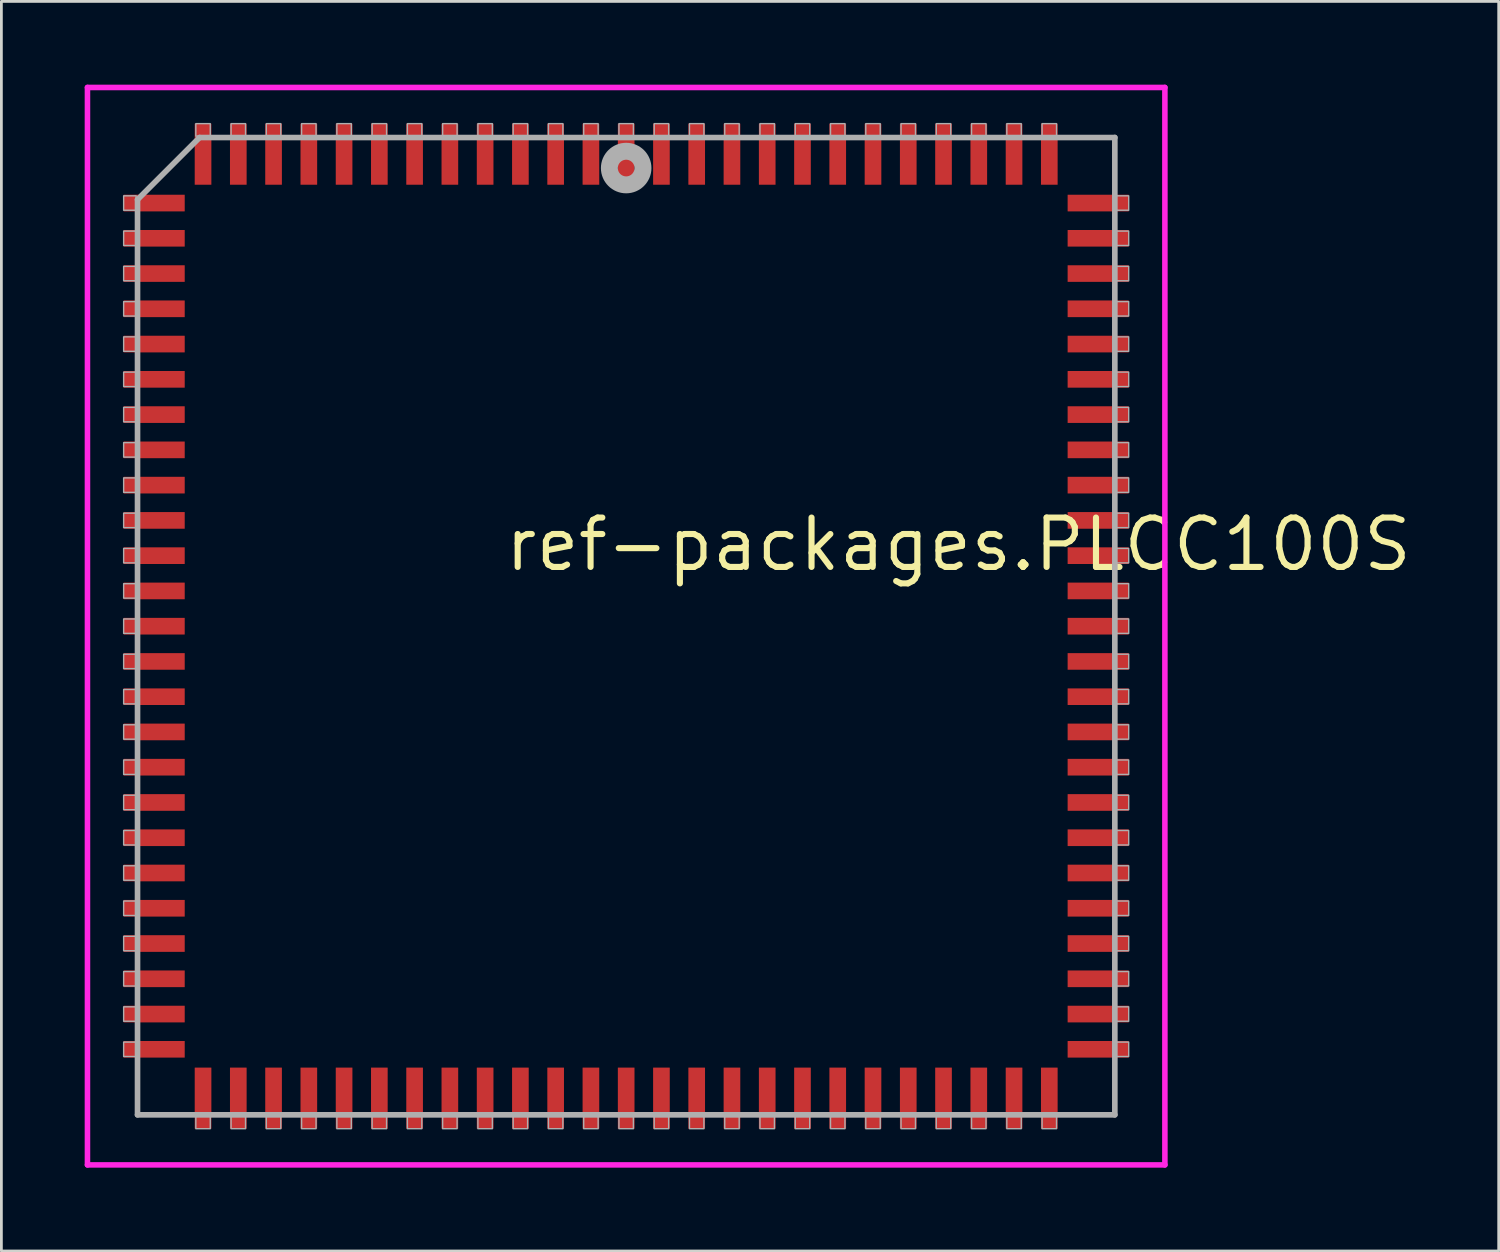
<source format=kicad_pcb>
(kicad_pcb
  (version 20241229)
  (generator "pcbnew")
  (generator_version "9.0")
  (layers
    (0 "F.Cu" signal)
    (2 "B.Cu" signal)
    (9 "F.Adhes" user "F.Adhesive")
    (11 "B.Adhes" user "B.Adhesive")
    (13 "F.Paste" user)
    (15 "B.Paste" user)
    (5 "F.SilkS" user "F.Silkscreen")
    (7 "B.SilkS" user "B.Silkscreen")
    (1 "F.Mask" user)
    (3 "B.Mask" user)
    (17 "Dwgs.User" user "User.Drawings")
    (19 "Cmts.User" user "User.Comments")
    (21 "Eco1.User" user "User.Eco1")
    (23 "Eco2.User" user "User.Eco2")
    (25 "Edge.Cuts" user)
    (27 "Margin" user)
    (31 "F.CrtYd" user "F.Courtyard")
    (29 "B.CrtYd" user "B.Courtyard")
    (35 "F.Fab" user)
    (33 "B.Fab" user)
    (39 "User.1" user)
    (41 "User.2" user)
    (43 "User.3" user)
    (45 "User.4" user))
  (footprint "ref-packages.PLCC100S"
    (layer "F.Cu")
    (at 19.503 19.503)
    (property "Reference" "ref-packages.PLCC100S" (at -4.475 -1.905 0) (layer "F.SilkS") (effects (font (size 1.778 1.778) (thickness 0.22)) (justify left bottom)))
    (attr smd)
    (fp_line (start -19.403 -19.403) (end 19.403 -19.403) (stroke (width 0.2) (type default)) (layer "F.CrtYd"))
    (fp_line (start -19.403 19.403) (end -19.403 -19.403) (stroke (width 0.2) (type default)) (layer "F.CrtYd"))
    (fp_line (start 19.403 -19.403) (end 19.403 19.403) (stroke (width 0.2) (type default)) (layer "F.CrtYd"))
    (fp_line (start 19.403 19.403) (end -19.403 19.403) (stroke (width 0.2) (type default)) (layer "F.CrtYd"))
    (fp_line (start -17.6 -15.365) (end -17.6 17.6) (stroke (width 0.203) (type default)) (layer "F.Fab"))
    (fp_line (start -17.6 17.6) (end 17.6 17.6) (stroke (width 0.203) (type default)) (layer "F.Fab"))
    (fp_line (start -15.365 -17.6) (end -17.6 -15.365) (stroke (width 0.203) (type default)) (layer "F.Fab"))
    (fp_line (start 17.6 -17.6) (end -15.365 -17.6) (stroke (width 0.203) (type default)) (layer "F.Fab"))
    (fp_line (start 17.6 17.6) (end 17.6 -17.6) (stroke (width 0.203) (type default)) (layer "F.Fab"))
    (fp_rect (start -18.1 -14.98) (end -17.65 -15.5) (stroke (width 0.05) (type default)) (fill no) (layer "F.Fab"))
    (fp_rect (start -18.1 -13.71) (end -17.65 -14.23) (stroke (width 0.05) (type default)) (fill no) (layer "F.Fab"))
    (fp_rect (start -18.1 -12.44) (end -17.65 -12.96) (stroke (width 0.05) (type default)) (fill no) (layer "F.Fab"))
    (fp_rect (start -18.1 -11.17) (end -17.65 -11.69) (stroke (width 0.05) (type default)) (fill no) (layer "F.Fab"))
    (fp_rect (start -18.1 -9.9) (end -17.65 -10.42) (stroke (width 0.05) (type default)) (fill no) (layer "F.Fab"))
    (fp_rect (start -18.1 -8.63) (end -17.65 -9.15) (stroke (width 0.05) (type default)) (fill no) (layer "F.Fab"))
    (fp_rect (start -18.1 -7.36) (end -17.65 -7.88) (stroke (width 0.05) (type default)) (fill no) (layer "F.Fab"))
    (fp_rect (start -18.1 -6.09) (end -17.65 -6.61) (stroke (width 0.05) (type default)) (fill no) (layer "F.Fab"))
    (fp_rect (start -18.1 -4.82) (end -17.65 -5.34) (stroke (width 0.05) (type default)) (fill no) (layer "F.Fab"))
    (fp_rect (start -18.1 -3.55) (end -17.65 -4.07) (stroke (width 0.05) (type default)) (fill no) (layer "F.Fab"))
    (fp_rect (start -18.1 -2.28) (end -17.65 -2.8) (stroke (width 0.05) (type default)) (fill no) (layer "F.Fab"))
    (fp_rect (start -18.1 -1.01) (end -17.65 -1.53) (stroke (width 0.05) (type default)) (fill no) (layer "F.Fab"))
    (fp_rect (start -18.1 0.26) (end -17.65 -0.26) (stroke (width 0.05) (type default)) (fill no) (layer "F.Fab"))
    (fp_rect (start -18.1 1.53) (end -17.65 1.01) (stroke (width 0.05) (type default)) (fill no) (layer "F.Fab"))
    (fp_rect (start -18.1 2.8) (end -17.65 2.28) (stroke (width 0.05) (type default)) (fill no) (layer "F.Fab"))
    (fp_rect (start -18.1 4.07) (end -17.65 3.55) (stroke (width 0.05) (type default)) (fill no) (layer "F.Fab"))
    (fp_rect (start -18.1 5.34) (end -17.65 4.82) (stroke (width 0.05) (type default)) (fill no) (layer "F.Fab"))
    (fp_rect (start -18.1 6.61) (end -17.65 6.09) (stroke (width 0.05) (type default)) (fill no) (layer "F.Fab"))
    (fp_rect (start -18.1 7.88) (end -17.65 7.36) (stroke (width 0.05) (type default)) (fill no) (layer "F.Fab"))
    (fp_rect (start -18.1 9.15) (end -17.65 8.63) (stroke (width 0.05) (type default)) (fill no) (layer "F.Fab"))
    (fp_rect (start -18.1 10.42) (end -17.65 9.9) (stroke (width 0.05) (type default)) (fill no) (layer "F.Fab"))
    (fp_rect (start -18.1 11.69) (end -17.65 11.17) (stroke (width 0.05) (type default)) (fill no) (layer "F.Fab"))
    (fp_rect (start -18.1 12.96) (end -17.65 12.44) (stroke (width 0.05) (type default)) (fill no) (layer "F.Fab"))
    (fp_rect (start -18.1 14.23) (end -17.65 13.71) (stroke (width 0.05) (type default)) (fill no) (layer "F.Fab"))
    (fp_rect (start -18.1 15.5) (end -17.65 14.98) (stroke (width 0.05) (type default)) (fill no) (layer "F.Fab"))
    (fp_rect (start -15.5 -17.65) (end -14.98 -18.1) (stroke (width 0.05) (type default)) (fill no) (layer "F.Fab"))
    (fp_rect (start -15.5 18.1) (end -14.98 17.65) (stroke (width 0.05) (type default)) (fill no) (layer "F.Fab"))
    (fp_rect (start -14.23 -17.65) (end -13.71 -18.1) (stroke (width 0.05) (type default)) (fill no) (layer "F.Fab"))
    (fp_rect (start -14.23 18.1) (end -13.71 17.65) (stroke (width 0.05) (type default)) (fill no) (layer "F.Fab"))
    (fp_rect (start -12.96 -17.65) (end -12.44 -18.1) (stroke (width 0.05) (type default)) (fill no) (layer "F.Fab"))
    (fp_rect (start -12.96 18.1) (end -12.44 17.65) (stroke (width 0.05) (type default)) (fill no) (layer "F.Fab"))
    (fp_rect (start -11.69 -17.65) (end -11.17 -18.1) (stroke (width 0.05) (type default)) (fill no) (layer "F.Fab"))
    (fp_rect (start -11.69 18.1) (end -11.17 17.65) (stroke (width 0.05) (type default)) (fill no) (layer "F.Fab"))
    (fp_rect (start -10.42 -17.65) (end -9.9 -18.1) (stroke (width 0.05) (type default)) (fill no) (layer "F.Fab"))
    (fp_rect (start -10.42 18.1) (end -9.9 17.65) (stroke (width 0.05) (type default)) (fill no) (layer "F.Fab"))
    (fp_rect (start -9.15 -17.65) (end -8.63 -18.1) (stroke (width 0.05) (type default)) (fill no) (layer "F.Fab"))
    (fp_rect (start -9.15 18.1) (end -8.63 17.65) (stroke (width 0.05) (type default)) (fill no) (layer "F.Fab"))
    (fp_rect (start -7.88 -17.65) (end -7.36 -18.1) (stroke (width 0.05) (type default)) (fill no) (layer "F.Fab"))
    (fp_rect (start -7.88 18.1) (end -7.36 17.65) (stroke (width 0.05) (type default)) (fill no) (layer "F.Fab"))
    (fp_rect (start -6.61 -17.65) (end -6.09 -18.1) (stroke (width 0.05) (type default)) (fill no) (layer "F.Fab"))
    (fp_rect (start -6.61 18.1) (end -6.09 17.65) (stroke (width 0.05) (type default)) (fill no) (layer "F.Fab"))
    (fp_rect (start -5.34 -17.65) (end -4.82 -18.1) (stroke (width 0.05) (type default)) (fill no) (layer "F.Fab"))
    (fp_rect (start -5.34 18.1) (end -4.82 17.65) (stroke (width 0.05) (type default)) (fill no) (layer "F.Fab"))
    (fp_rect (start -4.07 -17.65) (end -3.55 -18.1) (stroke (width 0.05) (type default)) (fill no) (layer "F.Fab"))
    (fp_rect (start -4.07 18.1) (end -3.55 17.65) (stroke (width 0.05) (type default)) (fill no) (layer "F.Fab"))
    (fp_rect (start -2.8 -17.65) (end -2.28 -18.1) (stroke (width 0.05) (type default)) (fill no) (layer "F.Fab"))
    (fp_rect (start -2.8 18.1) (end -2.28 17.65) (stroke (width 0.05) (type default)) (fill no) (layer "F.Fab"))
    (fp_rect (start -1.53 -17.65) (end -1.01 -18.1) (stroke (width 0.05) (type default)) (fill no) (layer "F.Fab"))
    (fp_rect (start -1.53 18.1) (end -1.01 17.65) (stroke (width 0.05) (type default)) (fill no) (layer "F.Fab"))
    (fp_rect (start -0.26 -17.65) (end 0.26 -18.1) (stroke (width 0.05) (type default)) (fill no) (layer "F.Fab"))
    (fp_rect (start -0.26 18.1) (end 0.26 17.65) (stroke (width 0.05) (type default)) (fill no) (layer "F.Fab"))
    (fp_rect (start 1.01 -17.65) (end 1.53 -18.1) (stroke (width 0.05) (type default)) (fill no) (layer "F.Fab"))
    (fp_rect (start 1.01 18.1) (end 1.53 17.65) (stroke (width 0.05) (type default)) (fill no) (layer "F.Fab"))
    (fp_rect (start 2.28 -17.65) (end 2.8 -18.1) (stroke (width 0.05) (type default)) (fill no) (layer "F.Fab"))
    (fp_rect (start 2.28 18.1) (end 2.8 17.65) (stroke (width 0.05) (type default)) (fill no) (layer "F.Fab"))
    (fp_rect (start 3.55 -17.65) (end 4.07 -18.1) (stroke (width 0.05) (type default)) (fill no) (layer "F.Fab"))
    (fp_rect (start 3.55 18.1) (end 4.07 17.65) (stroke (width 0.05) (type default)) (fill no) (layer "F.Fab"))
    (fp_rect (start 4.82 -17.65) (end 5.34 -18.1) (stroke (width 0.05) (type default)) (fill no) (layer "F.Fab"))
    (fp_rect (start 4.82 18.1) (end 5.34 17.65) (stroke (width 0.05) (type default)) (fill no) (layer "F.Fab"))
    (fp_rect (start 6.09 -17.65) (end 6.61 -18.1) (stroke (width 0.05) (type default)) (fill no) (layer "F.Fab"))
    (fp_rect (start 6.09 18.1) (end 6.61 17.65) (stroke (width 0.05) (type default)) (fill no) (layer "F.Fab"))
    (fp_rect (start 7.36 -17.65) (end 7.88 -18.1) (stroke (width 0.05) (type default)) (fill no) (layer "F.Fab"))
    (fp_rect (start 7.36 18.1) (end 7.88 17.65) (stroke (width 0.05) (type default)) (fill no) (layer "F.Fab"))
    (fp_rect (start 8.63 -17.65) (end 9.15 -18.1) (stroke (width 0.05) (type default)) (fill no) (layer "F.Fab"))
    (fp_rect (start 8.63 18.1) (end 9.15 17.65) (stroke (width 0.05) (type default)) (fill no) (layer "F.Fab"))
    (fp_rect (start 9.9 -17.65) (end 10.42 -18.1) (stroke (width 0.05) (type default)) (fill no) (layer "F.Fab"))
    (fp_rect (start 9.9 18.1) (end 10.42 17.65) (stroke (width 0.05) (type default)) (fill no) (layer "F.Fab"))
    (fp_rect (start 11.17 -17.65) (end 11.69 -18.1) (stroke (width 0.05) (type default)) (fill no) (layer "F.Fab"))
    (fp_rect (start 11.17 18.1) (end 11.69 17.65) (stroke (width 0.05) (type default)) (fill no) (layer "F.Fab"))
    (fp_rect (start 12.44 -17.65) (end 12.96 -18.1) (stroke (width 0.05) (type default)) (fill no) (layer "F.Fab"))
    (fp_rect (start 12.44 18.1) (end 12.96 17.65) (stroke (width 0.05) (type default)) (fill no) (layer "F.Fab"))
    (fp_rect (start 13.71 -17.65) (end 14.23 -18.1) (stroke (width 0.05) (type default)) (fill no) (layer "F.Fab"))
    (fp_rect (start 13.71 18.1) (end 14.23 17.65) (stroke (width 0.05) (type default)) (fill no) (layer "F.Fab"))
    (fp_rect (start 14.98 -17.65) (end 15.5 -18.1) (stroke (width 0.05) (type default)) (fill no) (layer "F.Fab"))
    (fp_rect (start 14.98 18.1) (end 15.5 17.65) (stroke (width 0.05) (type default)) (fill no) (layer "F.Fab"))
    (fp_rect (start 17.65 -14.98) (end 18.1 -15.5) (stroke (width 0.05) (type default)) (fill no) (layer "F.Fab"))
    (fp_rect (start 17.65 -13.71) (end 18.1 -14.23) (stroke (width 0.05) (type default)) (fill no) (layer "F.Fab"))
    (fp_rect (start 17.65 -12.44) (end 18.1 -12.96) (stroke (width 0.05) (type default)) (fill no) (layer "F.Fab"))
    (fp_rect (start 17.65 -11.17) (end 18.1 -11.69) (stroke (width 0.05) (type default)) (fill no) (layer "F.Fab"))
    (fp_rect (start 17.65 -9.9) (end 18.1 -10.42) (stroke (width 0.05) (type default)) (fill no) (layer "F.Fab"))
    (fp_rect (start 17.65 -8.63) (end 18.1 -9.15) (stroke (width 0.05) (type default)) (fill no) (layer "F.Fab"))
    (fp_rect (start 17.65 -7.36) (end 18.1 -7.88) (stroke (width 0.05) (type default)) (fill no) (layer "F.Fab"))
    (fp_rect (start 17.65 -6.09) (end 18.1 -6.61) (stroke (width 0.05) (type default)) (fill no) (layer "F.Fab"))
    (fp_rect (start 17.65 -4.82) (end 18.1 -5.34) (stroke (width 0.05) (type default)) (fill no) (layer "F.Fab"))
    (fp_rect (start 17.65 -3.55) (end 18.1 -4.07) (stroke (width 0.05) (type default)) (fill no) (layer "F.Fab"))
    (fp_rect (start 17.65 -2.28) (end 18.1 -2.8) (stroke (width 0.05) (type default)) (fill no) (layer "F.Fab"))
    (fp_rect (start 17.65 -1.01) (end 18.1 -1.53) (stroke (width 0.05) (type default)) (fill no) (layer "F.Fab"))
    (fp_rect (start 17.65 0.26) (end 18.1 -0.26) (stroke (width 0.05) (type default)) (fill no) (layer "F.Fab"))
    (fp_rect (start 17.65 1.53) (end 18.1 1.01) (stroke (width 0.05) (type default)) (fill no) (layer "F.Fab"))
    (fp_rect (start 17.65 2.8) (end 18.1 2.28) (stroke (width 0.05) (type default)) (fill no) (layer "F.Fab"))
    (fp_rect (start 17.65 4.07) (end 18.1 3.55) (stroke (width 0.05) (type default)) (fill no) (layer "F.Fab"))
    (fp_rect (start 17.65 5.34) (end 18.1 4.82) (stroke (width 0.05) (type default)) (fill no) (layer "F.Fab"))
    (fp_rect (start 17.65 6.61) (end 18.1 6.09) (stroke (width 0.05) (type default)) (fill no) (layer "F.Fab"))
    (fp_rect (start 17.65 7.88) (end 18.1 7.36) (stroke (width 0.05) (type default)) (fill no) (layer "F.Fab"))
    (fp_rect (start 17.65 9.15) (end 18.1 8.63) (stroke (width 0.05) (type default)) (fill no) (layer "F.Fab"))
    (fp_rect (start 17.65 10.42) (end 18.1 9.9) (stroke (width 0.05) (type default)) (fill no) (layer "F.Fab"))
    (fp_rect (start 17.65 11.69) (end 18.1 11.17) (stroke (width 0.05) (type default)) (fill no) (layer "F.Fab"))
    (fp_rect (start 17.65 12.96) (end 18.1 12.44) (stroke (width 0.05) (type default)) (fill no) (layer "F.Fab"))
    (fp_rect (start 17.65 14.23) (end 18.1 13.71) (stroke (width 0.05) (type default)) (fill no) (layer "F.Fab"))
    (fp_rect (start 17.65 15.5) (end 18.1 14.98) (stroke (width 0.05) (type default)) (fill no) (layer "F.Fab"))
    (fp_circle (center 0 -16.5) (end 0.3 -16.5) (stroke (width 0.61) (type default)) (fill no) (layer "F.Fab"))
    (pad "1" smd roundrect (at 0 -17) (size 0.6 2.2) (layers "F.Cu" "F.Mask" "F.Paste") (roundrect_rratio 0.01))
    (pad "2" smd roundrect (at -1.27 -17) (size 0.6 2.2) (layers "F.Cu" "F.Mask" "F.Paste") (roundrect_rratio 0.01))
    (pad "3" smd roundrect (at -2.54 -17) (size 0.6 2.2) (layers "F.Cu" "F.Mask" "F.Paste") (roundrect_rratio 0.01))
    (pad "4" smd roundrect (at -3.81 -17) (size 0.6 2.2) (layers "F.Cu" "F.Mask" "F.Paste") (roundrect_rratio 0.01))
    (pad "5" smd roundrect (at -5.08 -17) (size 0.6 2.2) (layers "F.Cu" "F.Mask" "F.Paste") (roundrect_rratio 0.01))
    (pad "6" smd roundrect (at -6.35 -17) (size 0.6 2.2) (layers "F.Cu" "F.Mask" "F.Paste") (roundrect_rratio 0.01))
    (pad "7" smd roundrect (at -7.62 -17) (size 0.6 2.2) (layers "F.Cu" "F.Mask" "F.Paste") (roundrect_rratio 0.01))
    (pad "8" smd roundrect (at -8.89 -17) (size 0.6 2.2) (layers "F.Cu" "F.Mask" "F.Paste") (roundrect_rratio 0.01))
    (pad "9" smd roundrect (at -10.16 -17) (size 0.6 2.2) (layers "F.Cu" "F.Mask" "F.Paste") (roundrect_rratio 0.01))
    (pad "10" smd roundrect (at -11.43 -17) (size 0.6 2.2) (layers "F.Cu" "F.Mask" "F.Paste") (roundrect_rratio 0.01))
    (pad "11" smd roundrect (at -12.7 -17) (size 0.6 2.2) (layers "F.Cu" "F.Mask" "F.Paste") (roundrect_rratio 0.01))
    (pad "12" smd roundrect (at -13.97 -17) (size 0.6 2.2) (layers "F.Cu" "F.Mask" "F.Paste") (roundrect_rratio 0.01))
    (pad "13" smd roundrect (at -15.24 -17) (size 0.6 2.2) (layers "F.Cu" "F.Mask" "F.Paste") (roundrect_rratio 0.01))
    (pad "14" smd roundrect (at -17 -15.24) (size 2.2 0.6) (layers "F.Cu" "F.Mask" "F.Paste") (roundrect_rratio 0.01))
    (pad "15" smd roundrect (at -17 -13.97) (size 2.2 0.6) (layers "F.Cu" "F.Mask" "F.Paste") (roundrect_rratio 0.01))
    (pad "16" smd roundrect (at -17 -12.7) (size 2.2 0.6) (layers "F.Cu" "F.Mask" "F.Paste") (roundrect_rratio 0.01))
    (pad "17" smd roundrect (at -17 -11.43) (size 2.2 0.6) (layers "F.Cu" "F.Mask" "F.Paste") (roundrect_rratio 0.01))
    (pad "18" smd roundrect (at -17 -10.16) (size 2.2 0.6) (layers "F.Cu" "F.Mask" "F.Paste") (roundrect_rratio 0.01))
    (pad "19" smd roundrect (at -17 -8.89) (size 2.2 0.6) (layers "F.Cu" "F.Mask" "F.Paste") (roundrect_rratio 0.01))
    (pad "20" smd roundrect (at -17 -7.62) (size 2.2 0.6) (layers "F.Cu" "F.Mask" "F.Paste") (roundrect_rratio 0.01))
    (pad "21" smd roundrect (at -17 -6.35) (size 2.2 0.6) (layers "F.Cu" "F.Mask" "F.Paste") (roundrect_rratio 0.01))
    (pad "22" smd roundrect (at -17 -5.08) (size 2.2 0.6) (layers "F.Cu" "F.Mask" "F.Paste") (roundrect_rratio 0.01))
    (pad "23" smd roundrect (at -17 -3.81) (size 2.2 0.6) (layers "F.Cu" "F.Mask" "F.Paste") (roundrect_rratio 0.01))
    (pad "24" smd roundrect (at -17 -2.54) (size 2.2 0.6) (layers "F.Cu" "F.Mask" "F.Paste") (roundrect_rratio 0.01))
    (pad "25" smd roundrect (at -17 -1.27) (size 2.2 0.6) (layers "F.Cu" "F.Mask" "F.Paste") (roundrect_rratio 0.01))
    (pad "26" smd roundrect (at -17 0) (size 2.2 0.6) (layers "F.Cu" "F.Mask" "F.Paste") (roundrect_rratio 0.01))
    (pad "27" smd roundrect (at -17 1.27) (size 2.2 0.6) (layers "F.Cu" "F.Mask" "F.Paste") (roundrect_rratio 0.01))
    (pad "28" smd roundrect (at -17 2.54) (size 2.2 0.6) (layers "F.Cu" "F.Mask" "F.Paste") (roundrect_rratio 0.01))
    (pad "29" smd roundrect (at -17 3.81) (size 2.2 0.6) (layers "F.Cu" "F.Mask" "F.Paste") (roundrect_rratio 0.01))
    (pad "30" smd roundrect (at -17 5.08) (size 2.2 0.6) (layers "F.Cu" "F.Mask" "F.Paste") (roundrect_rratio 0.01))
    (pad "31" smd roundrect (at -17 6.35) (size 2.2 0.6) (layers "F.Cu" "F.Mask" "F.Paste") (roundrect_rratio 0.01))
    (pad "32" smd roundrect (at -17 7.62) (size 2.2 0.6) (layers "F.Cu" "F.Mask" "F.Paste") (roundrect_rratio 0.01))
    (pad "33" smd roundrect (at -17 8.89) (size 2.2 0.6) (layers "F.Cu" "F.Mask" "F.Paste") (roundrect_rratio 0.01))
    (pad "34" smd roundrect (at -17 10.16) (size 2.2 0.6) (layers "F.Cu" "F.Mask" "F.Paste") (roundrect_rratio 0.01))
    (pad "35" smd roundrect (at -17 11.43) (size 2.2 0.6) (layers "F.Cu" "F.Mask" "F.Paste") (roundrect_rratio 0.01))
    (pad "36" smd roundrect (at -17 12.7) (size 2.2 0.6) (layers "F.Cu" "F.Mask" "F.Paste") (roundrect_rratio 0.01))
    (pad "37" smd roundrect (at -17 13.97) (size 2.2 0.6) (layers "F.Cu" "F.Mask" "F.Paste") (roundrect_rratio 0.01))
    (pad "38" smd roundrect (at -17 15.24) (size 2.2 0.6) (layers "F.Cu" "F.Mask" "F.Paste") (roundrect_rratio 0.01))
    (pad "39" smd roundrect (at -15.24 17) (size 0.6 2.2) (layers "F.Cu" "F.Mask" "F.Paste") (roundrect_rratio 0.01))
    (pad "40" smd roundrect (at -13.97 17) (size 0.6 2.2) (layers "F.Cu" "F.Mask" "F.Paste") (roundrect_rratio 0.01))
    (pad "41" smd roundrect (at -12.7 17) (size 0.6 2.2) (layers "F.Cu" "F.Mask" "F.Paste") (roundrect_rratio 0.01))
    (pad "42" smd roundrect (at -11.43 17) (size 0.6 2.2) (layers "F.Cu" "F.Mask" "F.Paste") (roundrect_rratio 0.01))
    (pad "43" smd roundrect (at -10.16 17) (size 0.6 2.2) (layers "F.Cu" "F.Mask" "F.Paste") (roundrect_rratio 0.01))
    (pad "44" smd roundrect (at -8.89 17) (size 0.6 2.2) (layers "F.Cu" "F.Mask" "F.Paste") (roundrect_rratio 0.01))
    (pad "45" smd roundrect (at -7.62 17) (size 0.6 2.2) (layers "F.Cu" "F.Mask" "F.Paste") (roundrect_rratio 0.01))
    (pad "46" smd roundrect (at -6.35 17) (size 0.6 2.2) (layers "F.Cu" "F.Mask" "F.Paste") (roundrect_rratio 0.01))
    (pad "47" smd roundrect (at -5.08 17) (size 0.6 2.2) (layers "F.Cu" "F.Mask" "F.Paste") (roundrect_rratio 0.01))
    (pad "48" smd roundrect (at -3.81 17) (size 0.6 2.2) (layers "F.Cu" "F.Mask" "F.Paste") (roundrect_rratio 0.01))
    (pad "49" smd roundrect (at -2.54 17) (size 0.6 2.2) (layers "F.Cu" "F.Mask" "F.Paste") (roundrect_rratio 0.01))
    (pad "50" smd roundrect (at -1.27 17) (size 0.6 2.2) (layers "F.Cu" "F.Mask" "F.Paste") (roundrect_rratio 0.01))
    (pad "51" smd roundrect (at 0 17) (size 0.6 2.2) (layers "F.Cu" "F.Mask" "F.Paste") (roundrect_rratio 0.01))
    (pad "52" smd roundrect (at 1.27 17) (size 0.6 2.2) (layers "F.Cu" "F.Mask" "F.Paste") (roundrect_rratio 0.01))
    (pad "53" smd roundrect (at 2.54 17) (size 0.6 2.2) (layers "F.Cu" "F.Mask" "F.Paste") (roundrect_rratio 0.01))
    (pad "54" smd roundrect (at 3.81 17) (size 0.6 2.2) (layers "F.Cu" "F.Mask" "F.Paste") (roundrect_rratio 0.01))
    (pad "55" smd roundrect (at 5.08 17) (size 0.6 2.2) (layers "F.Cu" "F.Mask" "F.Paste") (roundrect_rratio 0.01))
    (pad "56" smd roundrect (at 6.35 17) (size 0.6 2.2) (layers "F.Cu" "F.Mask" "F.Paste") (roundrect_rratio 0.01))
    (pad "57" smd roundrect (at 7.62 17) (size 0.6 2.2) (layers "F.Cu" "F.Mask" "F.Paste") (roundrect_rratio 0.01))
    (pad "58" smd roundrect (at 8.89 17) (size 0.6 2.2) (layers "F.Cu" "F.Mask" "F.Paste") (roundrect_rratio 0.01))
    (pad "59" smd roundrect (at 10.16 17) (size 0.6 2.2) (layers "F.Cu" "F.Mask" "F.Paste") (roundrect_rratio 0.01))
    (pad "60" smd roundrect (at 11.43 17) (size 0.6 2.2) (layers "F.Cu" "F.Mask" "F.Paste") (roundrect_rratio 0.01))
    (pad "61" smd roundrect (at 12.7 17) (size 0.6 2.2) (layers "F.Cu" "F.Mask" "F.Paste") (roundrect_rratio 0.01))
    (pad "62" smd roundrect (at 13.97 17) (size 0.6 2.2) (layers "F.Cu" "F.Mask" "F.Paste") (roundrect_rratio 0.01))
    (pad "63" smd roundrect (at 15.24 17) (size 0.6 2.2) (layers "F.Cu" "F.Mask" "F.Paste") (roundrect_rratio 0.01))
    (pad "64" smd roundrect (at 17 15.24) (size 2.2 0.6) (layers "F.Cu" "F.Mask" "F.Paste") (roundrect_rratio 0.01))
    (pad "65" smd roundrect (at 17 13.97) (size 2.2 0.6) (layers "F.Cu" "F.Mask" "F.Paste") (roundrect_rratio 0.01))
    (pad "66" smd roundrect (at 17 12.7) (size 2.2 0.6) (layers "F.Cu" "F.Mask" "F.Paste") (roundrect_rratio 0.01))
    (pad "67" smd roundrect (at 17 11.43) (size 2.2 0.6) (layers "F.Cu" "F.Mask" "F.Paste") (roundrect_rratio 0.01))
    (pad "68" smd roundrect (at 17 10.16) (size 2.2 0.6) (layers "F.Cu" "F.Mask" "F.Paste") (roundrect_rratio 0.01))
    (pad "69" smd roundrect (at 17 8.89) (size 2.2 0.6) (layers "F.Cu" "F.Mask" "F.Paste") (roundrect_rratio 0.01))
    (pad "70" smd roundrect (at 17 7.62) (size 2.2 0.6) (layers "F.Cu" "F.Mask" "F.Paste") (roundrect_rratio 0.01))
    (pad "71" smd roundrect (at 17 6.35) (size 2.2 0.6) (layers "F.Cu" "F.Mask" "F.Paste") (roundrect_rratio 0.01))
    (pad "72" smd roundrect (at 17 5.08) (size 2.2 0.6) (layers "F.Cu" "F.Mask" "F.Paste") (roundrect_rratio 0.01))
    (pad "73" smd roundrect (at 17 3.81) (size 2.2 0.6) (layers "F.Cu" "F.Mask" "F.Paste") (roundrect_rratio 0.01))
    (pad "74" smd roundrect (at 17 2.54) (size 2.2 0.6) (layers "F.Cu" "F.Mask" "F.Paste") (roundrect_rratio 0.01))
    (pad "75" smd roundrect (at 17 1.27) (size 2.2 0.6) (layers "F.Cu" "F.Mask" "F.Paste") (roundrect_rratio 0.01))
    (pad "76" smd roundrect (at 17 0) (size 2.2 0.6) (layers "F.Cu" "F.Mask" "F.Paste") (roundrect_rratio 0.01))
    (pad "77" smd roundrect (at 17 -1.27) (size 2.2 0.6) (layers "F.Cu" "F.Mask" "F.Paste") (roundrect_rratio 0.01))
    (pad "78" smd roundrect (at 17 -2.54) (size 2.2 0.6) (layers "F.Cu" "F.Mask" "F.Paste") (roundrect_rratio 0.01))
    (pad "79" smd roundrect (at 17 -3.81) (size 2.2 0.6) (layers "F.Cu" "F.Mask" "F.Paste") (roundrect_rratio 0.01))
    (pad "80" smd roundrect (at 17 -5.08) (size 2.2 0.6) (layers "F.Cu" "F.Mask" "F.Paste") (roundrect_rratio 0.01))
    (pad "81" smd roundrect (at 17 -6.35) (size 2.2 0.6) (layers "F.Cu" "F.Mask" "F.Paste") (roundrect_rratio 0.01))
    (pad "82" smd roundrect (at 17 -7.62) (size 2.2 0.6) (layers "F.Cu" "F.Mask" "F.Paste") (roundrect_rratio 0.01))
    (pad "83" smd roundrect (at 17 -8.89) (size 2.2 0.6) (layers "F.Cu" "F.Mask" "F.Paste") (roundrect_rratio 0.01))
    (pad "84" smd roundrect (at 17 -10.16) (size 2.2 0.6) (layers "F.Cu" "F.Mask" "F.Paste") (roundrect_rratio 0.01))
    (pad "85" smd roundrect (at 17 -11.43) (size 2.2 0.6) (layers "F.Cu" "F.Mask" "F.Paste") (roundrect_rratio 0.01))
    (pad "86" smd roundrect (at 17 -12.7) (size 2.2 0.6) (layers "F.Cu" "F.Mask" "F.Paste") (roundrect_rratio 0.01))
    (pad "87" smd roundrect (at 17 -13.97) (size 2.2 0.6) (layers "F.Cu" "F.Mask" "F.Paste") (roundrect_rratio 0.01))
    (pad "88" smd roundrect (at 17 -15.24) (size 2.2 0.6) (layers "F.Cu" "F.Mask" "F.Paste") (roundrect_rratio 0.01))
    (pad "89" smd roundrect (at 15.24 -17) (size 0.6 2.2) (layers "F.Cu" "F.Mask" "F.Paste") (roundrect_rratio 0.01))
    (pad "90" smd roundrect (at 13.97 -17) (size 0.6 2.2) (layers "F.Cu" "F.Mask" "F.Paste") (roundrect_rratio 0.01))
    (pad "91" smd roundrect (at 12.7 -17) (size 0.6 2.2) (layers "F.Cu" "F.Mask" "F.Paste") (roundrect_rratio 0.01))
    (pad "92" smd roundrect (at 11.43 -17) (size 0.6 2.2) (layers "F.Cu" "F.Mask" "F.Paste") (roundrect_rratio 0.01))
    (pad "93" smd roundrect (at 10.16 -17) (size 0.6 2.2) (layers "F.Cu" "F.Mask" "F.Paste") (roundrect_rratio 0.01))
    (pad "94" smd roundrect (at 8.89 -17) (size 0.6 2.2) (layers "F.Cu" "F.Mask" "F.Paste") (roundrect_rratio 0.01))
    (pad "95" smd roundrect (at 7.62 -17) (size 0.6 2.2) (layers "F.Cu" "F.Mask" "F.Paste") (roundrect_rratio 0.01))
    (pad "96" smd roundrect (at 6.35 -17) (size 0.6 2.2) (layers "F.Cu" "F.Mask" "F.Paste") (roundrect_rratio 0.01))
    (pad "97" smd roundrect (at 5.08 -17) (size 0.6 2.2) (layers "F.Cu" "F.Mask" "F.Paste") (roundrect_rratio 0.01))
    (pad "98" smd roundrect (at 3.81 -17) (size 0.6 2.2) (layers "F.Cu" "F.Mask" "F.Paste") (roundrect_rratio 0.01))
    (pad "99" smd roundrect (at 2.54 -17) (size 0.6 2.2) (layers "F.Cu" "F.Mask" "F.Paste") (roundrect_rratio 0.01))
    (pad "100" smd roundrect (at 1.27 -17) (size 0.6 2.2) (layers "F.Cu" "F.Mask" "F.Paste") (roundrect_rratio 0.01)))
  (gr_rect
    (start -3 -3)
    (end 50.929 42.006)
    (stroke (width 0.1) (type default))
    (fill no)
    (layer "Edge.Cuts")))
</source>
